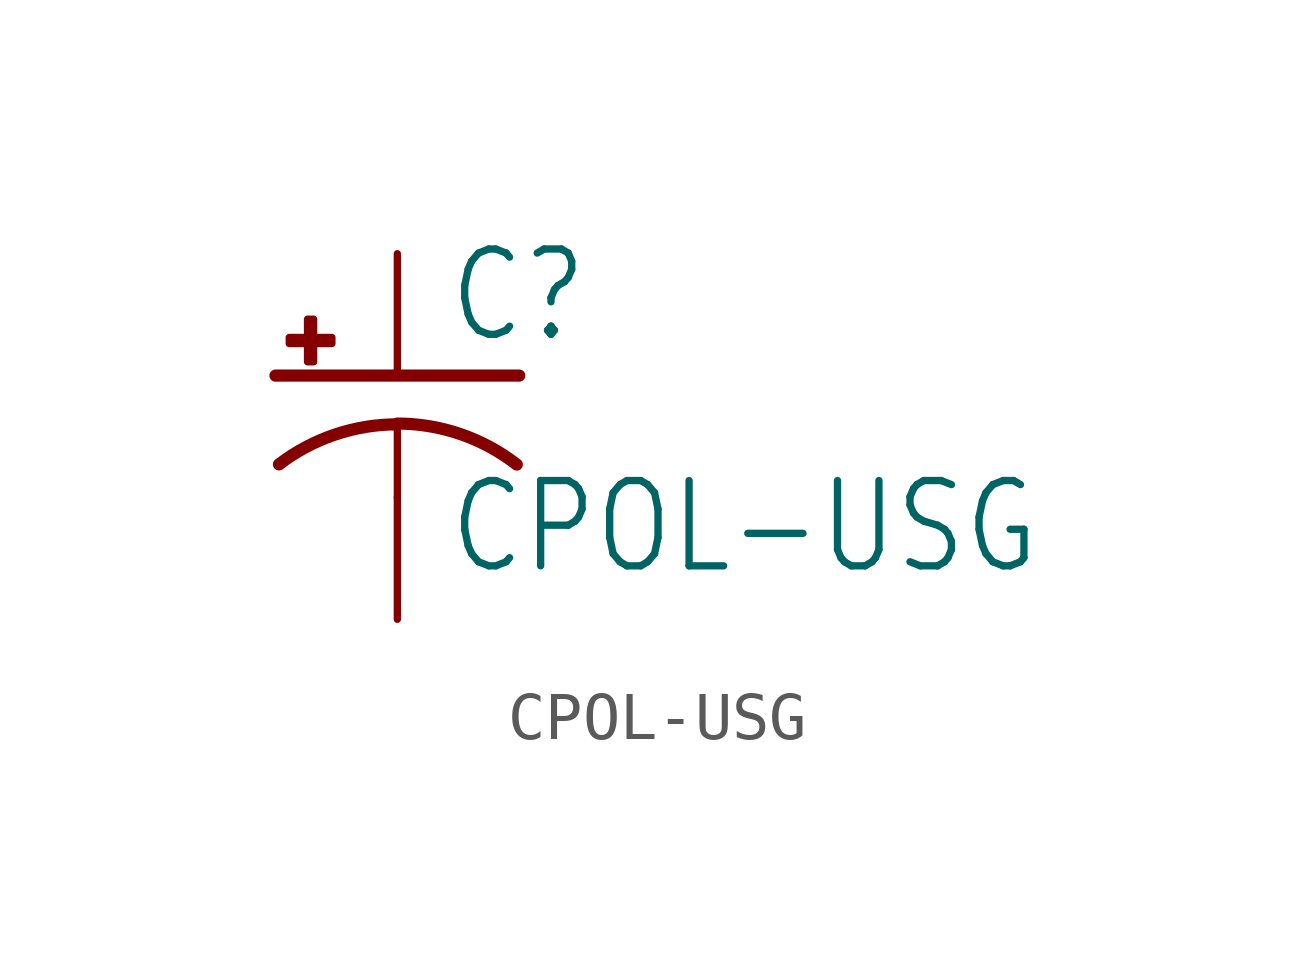
<source format=kicad_sym>
(kicad_symbol_lib
  (version 20220331)
  (generator kicad_symbol_editor)
  (symbol "CPOL-USG"
    (property "Reference" "C"
      (at 1.016 0.635 0)
      (effects (font (size 1.778 1.511)) (justify left bottom)))
    (property "Value" "CPOL-USG"
      (at 1.016 -4.191 0)
      (effects (font (size 1.778 1.511)) (justify left bottom)))
    (property "ki_locked" ""
      (at 0 0 0)
      (effects (font (size 1.27 1.27))))
    (symbol "CPOL-USG_1_0"
      (rectangle (start -2.253 0.668) (end -1.364 0.795) (stroke (width 0) (type default)) (fill (type outline)))
      (rectangle (start -1.872 0.287) (end -1.745 1.176) (stroke (width 0) (type default)) (fill (type outline)))
      (arc (start 0 -1.0161) (mid -1.3021 -1.2302) (end -2.4669 -1.8504) (stroke (width 0.254) (type solid)) (fill (type none)))
      (polyline (pts (xy -2.54 0) (xy 2.54 0)) (stroke (width 0.254) (type solid)) (fill (type none)))
      (polyline (pts (xy 0 -1.016) (xy 0 -2.54)) (stroke (width 0.152) (type solid)) (fill (type none)))
      (arc (start 2.4892 -1.8542) (mid 1.3158 -1.2195) (end 0 -1) (stroke (width 0.254) (type solid)) (fill (type none)))
      (pin passive line (at 0 2.54 270) (length 2.54) (name "+" (effects (font (size 0 0)))) (number "+" (effects (font (size 0 0)))))
      (pin passive line (at 0 -5.08 90) (length 2.54) (name "-" (effects (font (size 0 0)))) (number "-" (effects (font (size 0 0))))))))
</source>
